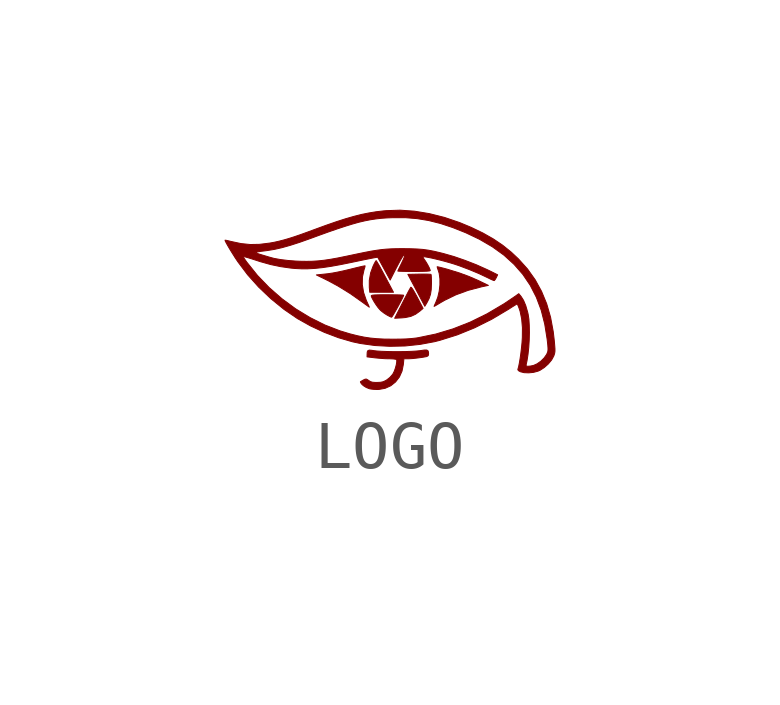
<source format=kicad_sym>
(kicad_symbol_lib
  (version 20220914)
  (generator bitmap2component)
  (symbol "LOGO"
    (pin_names
      (offset 1.016))
    (property "Reference" "#G"
      (at 0 1.272 0)
      (effects (font (size 1.27 1.27)) hide))
    (symbol "LOGO_0_0"
      (polyline (pts (xy -0.256 -1.87) (xy -0.125 -1.846) (xy -0.008 -1.793) (xy 0.091 -1.714) (xy 0.171 -1.611) (xy 0.226 -1.488) (xy 0.254 -1.348) (xy 0.265 -1.231) (xy 0.354 -1.231) (xy 0.376 -1.23) (xy 0.457 -1.225) (xy 0.553 -1.214) (xy 0.65 -1.201) (xy 0.733 -1.186) (xy 0.742 -1.184) (xy 0.772 -1.166) (xy 0.78 -1.13) (xy 0.777 -1.088) (xy 0.765 -1.06) (xy 0.738 -1.048) (xy 0.69 -1.049) (xy 0.614 -1.06) (xy 0.6 -1.062) (xy 0.522 -1.07) (xy 0.42 -1.076) (xy 0.301 -1.08) (xy 0.172 -1.082) (xy 0.04 -1.082) (xy -0.087 -1.079) (xy -0.201 -1.075) (xy -0.296 -1.069) (xy -0.363 -1.061) (xy -0.4 -1.055) (xy -0.455 -1.05) (xy -0.485 -1.06) (xy -0.499 -1.088) (xy -0.502 -1.137) (xy -0.503 -1.191) (xy -0.339 -1.211) (xy -0.319 -1.213) (xy -0.222 -1.222) (xy -0.121 -1.229) (xy -0.037 -1.231) (xy -0.019 -1.231) (xy 0.045 -1.234) (xy 0.091 -1.24) (xy 0.113 -1.248) (xy 0.116 -1.257) (xy 0.116 -1.298) (xy 0.106 -1.357) (xy 0.088 -1.425) (xy 0.065 -1.49) (xy 0.038 -1.543) (xy 0.029 -1.557) (xy -0.027 -1.62) (xy -0.093 -1.672) (xy -0.119 -1.687) (xy -0.169 -1.71) (xy -0.223 -1.721) (xy -0.295 -1.724) (xy -0.33 -1.724) (xy -0.389 -1.72) (xy -0.431 -1.707) (xy -0.468 -1.684) (xy -0.486 -1.671) (xy -0.516 -1.654) (xy -0.543 -1.656) (xy -0.583 -1.675) (xy -0.594 -1.682) (xy -0.628 -1.701) (xy -0.641 -1.71) (xy -0.641 -1.714) (xy -0.622 -1.751) (xy -0.58 -1.791) (xy -0.521 -1.828) (xy -0.455 -1.855) (xy -0.425 -1.861) (xy -0.366 -1.868) (xy -0.3 -1.871) (xy -0.256 -1.87)) (stroke (width 0.01) (type default)) (fill (type outline)))
      (polyline (pts (xy 2.967 -1.514) (xy 3.061 -1.489) (xy 3.104 -1.47) (xy 3.192 -1.413) (xy 3.276 -1.338) (xy 3.345 -1.255) (xy 3.39 -1.172) (xy 3.399 -1.146) (xy 3.409 -1.111) (xy 3.414 -1.073) (xy 3.414 -1.023) (xy 3.409 -0.955) (xy 3.401 -0.86) (xy 3.379 -0.669) (xy 3.323 -0.366) (xy 3.242 -0.085) (xy 3.135 0.174) (xy 3.002 0.416) (xy 2.842 0.641) (xy 2.653 0.851) (xy 2.503 0.992) (xy 2.323 1.137) (xy 2.127 1.269) (xy 1.91 1.392) (xy 1.664 1.51) (xy 1.429 1.608) (xy 1.111 1.716) (xy 0.796 1.795) (xy 0.486 1.846) (xy 0.185 1.867) (xy -0.103 1.857) (xy -0.159 1.852) (xy -0.313 1.834) (xy -0.465 1.809) (xy -0.619 1.778) (xy -0.78 1.737) (xy -0.954 1.687) (xy -1.144 1.626) (xy -1.357 1.552) (xy -1.595 1.465) (xy -1.725 1.417) (xy -1.885 1.359) (xy -2.022 1.312) (xy -2.141 1.274) (xy -2.246 1.244) (xy -2.344 1.219) (xy -2.438 1.198) (xy -2.533 1.181) (xy -2.743 1.155) (xy -2.939 1.151) (xy -3.132 1.171) (xy -3.329 1.213) (xy -3.343 1.216) (xy -3.402 1.231) (xy -3.445 1.24) (xy -3.463 1.241) (xy -3.463 1.241) (xy -3.458 1.222) (xy -3.436 1.179) (xy -3.402 1.119) (xy -3.359 1.046) (xy -3.309 0.965) (xy -3.268 0.901) (xy -3.086 0.901) (xy -3.082 0.901) (xy -3.052 0.895) (xy -2.998 0.88) (xy -2.925 0.858) (xy -2.839 0.83) (xy -2.725 0.793) (xy -2.511 0.733) (xy -2.305 0.69) (xy -2.094 0.66) (xy -2.013 0.652) (xy -1.876 0.645) (xy -1.736 0.645) (xy -1.59 0.653) (xy -1.431 0.67) (xy -1.255 0.696) (xy -1.056 0.732) (xy -0.829 0.778) (xy -0.762 0.792) (xy -0.647 0.816) (xy -0.543 0.838) (xy -0.456 0.855) (xy -0.39 0.868) (xy -0.353 0.875) (xy -0.281 0.887) (xy -0.151 0.649) (xy -0.021 0.411) (xy 0.094 0.638) (xy 0.11 0.668) (xy 0.153 0.75) (xy 0.192 0.822) (xy 0.223 0.875) (xy 0.242 0.905) (xy 0.253 0.918) (xy 0.276 0.938) (xy 0.284 0.931) (xy 0.277 0.898) (xy 0.254 0.842) (xy 0.218 0.765) (xy 0.195 0.718) (xy 0.166 0.659) (xy 0.146 0.617) (xy 0.139 0.599) (xy 0.139 0.598) (xy 0.16 0.595) (xy 0.209 0.593) (xy 0.282 0.591) (xy 0.373 0.59) (xy 0.477 0.59) (xy 0.544 0.59) (xy 0.662 0.592) (xy 0.746 0.595) (xy 0.798 0.6) (xy 0.815 0.608) (xy 0.811 0.623) (xy 0.794 0.666) (xy 0.765 0.722) (xy 0.732 0.779) (xy 0.699 0.829) (xy 0.688 0.843) (xy 0.668 0.877) (xy 0.664 0.895) (xy 0.668 0.897) (xy 0.701 0.895) (xy 0.759 0.885) (xy 0.837 0.87) (xy 0.928 0.849) (xy 1.026 0.825) (xy 1.127 0.798) (xy 1.223 0.771) (xy 1.309 0.745) (xy 1.417 0.709) (xy 1.626 0.63) (xy 1.83 0.545) (xy 2.014 0.458) (xy 2.024 0.453) (xy 2.081 0.425) (xy 2.125 0.406) (xy 2.146 0.399) (xy 2.15 0.4) (xy 2.168 0.421) (xy 2.19 0.459) (xy 2.219 0.52) (xy 2.085 0.587) (xy 1.998 0.629) (xy 1.775 0.729) (xy 1.541 0.82) (xy 1.31 0.9) (xy 1.093 0.962) (xy 1.03 0.978) (xy 0.895 1.01) (xy 0.775 1.033) (xy 0.659 1.049) (xy 0.538 1.058) (xy 0.403 1.063) (xy 0.243 1.065) (xy 0.227 1.065) (xy 0.108 1.064) (xy 0.003 1.061) (xy -0.097 1.055) (xy -0.195 1.046) (xy -0.298 1.032) (xy -0.411 1.014) (xy -0.541 0.989) (xy -0.693 0.958) (xy -0.873 0.92) (xy -0.94 0.906) (xy -1.115 0.87) (xy -1.266 0.843) (xy -1.4 0.823) (xy -1.523 0.81) (xy -1.643 0.802) (xy -1.765 0.8) (xy -1.899 0.802) (xy -1.99 0.806) (xy -2.156 0.819) (xy -2.31 0.838) (xy -2.443 0.862) (xy -2.549 0.891) (xy -2.55 0.891) (xy -2.582 0.901) (xy -2.636 0.917) (xy -2.7 0.936) (xy -2.712 0.94) (xy -2.77 0.958) (xy -2.811 0.975) (xy -2.826 0.985) (xy -2.815 0.991) (xy -2.776 0.999) (xy -2.715 1.009) (xy -2.64 1.018) (xy -2.579 1.026) (xy -2.432 1.05) (xy -2.274 1.086) (xy -2.1 1.135) (xy -1.905 1.198) (xy -1.685 1.276) (xy -1.53 1.333) (xy -1.314 1.411) (xy -1.124 1.477) (xy -0.956 1.532) (xy -0.807 1.578) (xy -0.672 1.616) (xy -0.548 1.645) (xy -0.43 1.668) (xy -0.317 1.685) (xy -0.202 1.698) (xy -0.084 1.706) (xy 0.043 1.711) (xy 0.294 1.711) (xy 0.54 1.691) (xy 0.782 1.651) (xy 1.029 1.589) (xy 1.285 1.504) (xy 1.558 1.395) (xy 1.839 1.261) (xy 2.11 1.103) (xy 2.351 0.929) (xy 2.562 0.737) (xy 2.745 0.528) (xy 2.899 0.3) (xy 3.026 0.052) (xy 3.127 -0.217) (xy 3.201 -0.508) (xy 3.251 -0.821) (xy 3.256 -0.865) (xy 3.265 -0.948) (xy 3.269 -1.007) (xy 3.269 -1.048) (xy 3.265 -1.079) (xy 3.255 -1.107) (xy 3.241 -1.139) (xy 3.237 -1.145) (xy 3.188 -1.214) (xy 3.12 -1.281) (xy 3.042 -1.336) (xy 2.968 -1.369) (xy 2.964 -1.37) (xy 2.906 -1.382) (xy 2.854 -1.387) (xy 2.831 -1.386) (xy 2.812 -1.376) (xy 2.815 -1.347) (xy 2.831 -1.275) (xy 2.852 -1.142) (xy 2.868 -0.993) (xy 2.878 -0.836) (xy 2.882 -0.681) (xy 2.879 -0.534) (xy 2.871 -0.405) (xy 2.855 -0.302) (xy 2.845 -0.259) (xy 2.805 -0.121) (xy 2.759 -0.012) (xy 2.709 0.067) (xy 2.66 0.126) (xy 2.548 0.047) (xy 2.348 -0.087) (xy 1.998 -0.294) (xy 1.646 -0.467) (xy 1.29 -0.607) (xy 0.93 -0.715) (xy 0.564 -0.791) (xy 0.522 -0.798) (xy 0.423 -0.809) (xy 0.313 -0.817) (xy 0.183 -0.821) (xy 0.026 -0.822) (xy 0.025 -0.822) (xy -0.149 -0.82) (xy -0.299 -0.812) (xy -0.434 -0.799) (xy -0.567 -0.779) (xy -0.705 -0.75) (xy -0.86 -0.711) (xy -1.065 -0.649) (xy -1.383 -0.526) (xy -1.693 -0.371) (xy -1.992 -0.189) (xy -2.276 0.02) (xy -2.542 0.252) (xy -2.786 0.505) (xy -3.005 0.778) (xy -3.015 0.791) (xy -3.051 0.843) (xy -3.077 0.882) (xy -3.086 0.901) (xy -3.268 0.901) (xy -3.257 0.882) (xy -3.204 0.803) (xy -3.196 0.791) (xy -2.993 0.521) (xy -2.761 0.262) (xy -2.506 0.02) (xy -2.234 -0.201) (xy -1.951 -0.395) (xy -1.95 -0.395) (xy -1.681 -0.546) (xy -1.393 -0.68) (xy -1.098 -0.792) (xy -0.806 -0.877) (xy -0.642 -0.912) (xy -0.341 -0.954) (xy -0.028 -0.971) (xy 0.289 -0.964) (xy 0.602 -0.931) (xy 0.902 -0.875) (xy 1.016 -0.846) (xy 1.379 -0.732) (xy 1.74 -0.585) (xy 2.098 -0.406) (xy 2.45 -0.197) (xy 2.514 -0.155) (xy 2.571 -0.12) (xy 2.61 -0.096) (xy 2.626 -0.087) (xy 2.632 -0.096) (xy 2.648 -0.129) (xy 2.667 -0.179) (xy 2.688 -0.243) (xy 2.72 -0.398) (xy 2.736 -0.581) (xy 2.734 -0.788) (xy 2.733 -0.803) (xy 2.727 -0.899) (xy 2.716 -1.006) (xy 2.703 -1.117) (xy 2.688 -1.224) (xy 2.672 -1.319) (xy 2.657 -1.395) (xy 2.643 -1.444) (xy 2.64 -1.454) (xy 2.651 -1.477) (xy 2.69 -1.499) (xy 2.691 -1.5) (xy 2.769 -1.52) (xy 2.866 -1.524) (xy 2.967 -1.514)) (stroke (width 0.01) (type default)) (fill (type outline)))
      (polyline (pts (xy 0.223 -0.378) (xy 0.297 -0.371) (xy 0.41 -0.347) (xy 0.507 -0.303) (xy 0.6 -0.236) (xy 0.665 -0.18) (xy 0.545 0.049) (xy 0.535 0.068) (xy 0.488 0.153) (xy 0.451 0.216) (xy 0.424 0.253) (xy 0.41 0.261) (xy 0.408 0.259) (xy 0.393 0.233) (xy 0.365 0.183) (xy 0.328 0.112) (xy 0.283 0.026) (xy 0.234 -0.07) (xy 0.073 -0.386) (xy 0.223 -0.378)) (stroke (width 0.01) (type default)) (fill (type outline)))
      (polyline (pts (xy 0.009 -0.363) (xy 0.024 -0.345) (xy 0.05 -0.304) (xy 0.084 -0.245) (xy 0.123 -0.177) (xy 0.163 -0.104) (xy 0.2 -0.034) (xy 0.231 0.026) (xy 0.252 0.071) (xy 0.26 0.093) (xy 0.26 0.094) (xy 0.239 0.097) (xy 0.19 0.1) (xy 0.117 0.102) (xy 0.026 0.103) (xy -0.078 0.104) (xy -0.18 0.104) (xy -0.275 0.102) (xy -0.343 0.1) (xy -0.386 0.096) (xy -0.409 0.089) (xy -0.416 0.081) (xy -0.41 0.06) (xy -0.388 0.015) (xy -0.355 -0.043) (xy -0.315 -0.105) (xy -0.274 -0.162) (xy -0.237 -0.205) (xy -0.214 -0.228) (xy -0.156 -0.274) (xy -0.095 -0.314) (xy -0.057 -0.335) (xy -0.015 -0.356) (xy 0.009 -0.364) (xy 0.009 -0.363)) (stroke (width 0.01) (type default)) (fill (type outline)))
      (polyline (pts (xy -0.456 -0.154) (xy -0.465 -0.132) (xy -0.484 -0.089) (xy -0.511 -0.03) (xy -0.519 -0.012) (xy -0.575 0.151) (xy -0.602 0.316) (xy -0.599 0.475) (xy -0.566 0.624) (xy -0.557 0.649) (xy -0.546 0.688) (xy -0.545 0.707) (xy -0.554 0.706) (xy -0.592 0.699) (xy -0.653 0.685) (xy -0.733 0.666) (xy -0.826 0.643) (xy -0.861 0.634) (xy -1 0.601) (xy -1.118 0.576) (xy -1.224 0.556) (xy -1.329 0.541) (xy -1.443 0.529) (xy -1.559 0.517) (xy -1.321 0.4) (xy -1.113 0.288) (xy -0.857 0.13) (xy -0.59 -0.058) (xy -0.558 -0.082) (xy -0.506 -0.119) (xy -0.471 -0.145) (xy -0.456 -0.155) (xy -0.456 -0.154)) (stroke (width 0.01) (type default)) (fill (type outline)))
      (polyline (pts (xy 0.733 -0.083) (xy 0.746 -0.061) (xy 0.791 0.027) (xy 0.82 0.115) (xy 0.835 0.212) (xy 0.84 0.332) (xy 0.84 0.392) (xy 0.838 0.459) (xy 0.835 0.507) (xy 0.83 0.528) (xy 0.828 0.529) (xy 0.8 0.532) (xy 0.745 0.534) (xy 0.671 0.535) (xy 0.584 0.534) (xy 0.348 0.529) (xy 0.525 0.197) (xy 0.701 -0.136) (xy 0.733 -0.083)) (stroke (width 0.01) (type default)) (fill (type outline)))
      (polyline (pts (xy 0.896 -0.138) (xy 0.918 -0.127) (xy 0.959 -0.103) (xy 1.014 -0.07) (xy 1.106 -0.016) (xy 1.346 0.101) (xy 1.603 0.195) (xy 1.884 0.269) (xy 2.026 0.299) (xy 1.884 0.368) (xy 1.812 0.403) (xy 1.617 0.487) (xy 1.421 0.559) (xy 1.206 0.625) (xy 1.17 0.636) (xy 1.089 0.658) (xy 1.022 0.675) (xy 0.977 0.685) (xy 0.959 0.688) (xy 0.959 0.685) (xy 0.965 0.659) (xy 0.98 0.617) (xy 1.001 0.549) (xy 1.016 0.435) (xy 1.016 0.308) (xy 1.001 0.178) (xy 0.972 0.053) (xy 0.93 -0.056) (xy 0.915 -0.089) (xy 0.899 -0.125) (xy 0.895 -0.139) (xy 0.896 -0.138)) (stroke (width 0.01) (type default)) (fill (type outline)))
      (polyline (pts (xy -0.127 0.485) (xy -0.147 0.523) (xy -0.197 0.616) (xy -0.241 0.697) (xy -0.277 0.759) (xy -0.302 0.8) (xy -0.313 0.815) (xy -0.314 0.815) (xy -0.328 0.796) (xy -0.351 0.754) (xy -0.378 0.698) (xy -0.428 0.561) (xy -0.456 0.406) (xy -0.456 0.257) (xy -0.446 0.156) (xy -0.199 0.156) (xy 0.048 0.156) (xy -0.127 0.485)) (stroke (width 0.01) (type default)) (fill (type outline))))))
</source>
